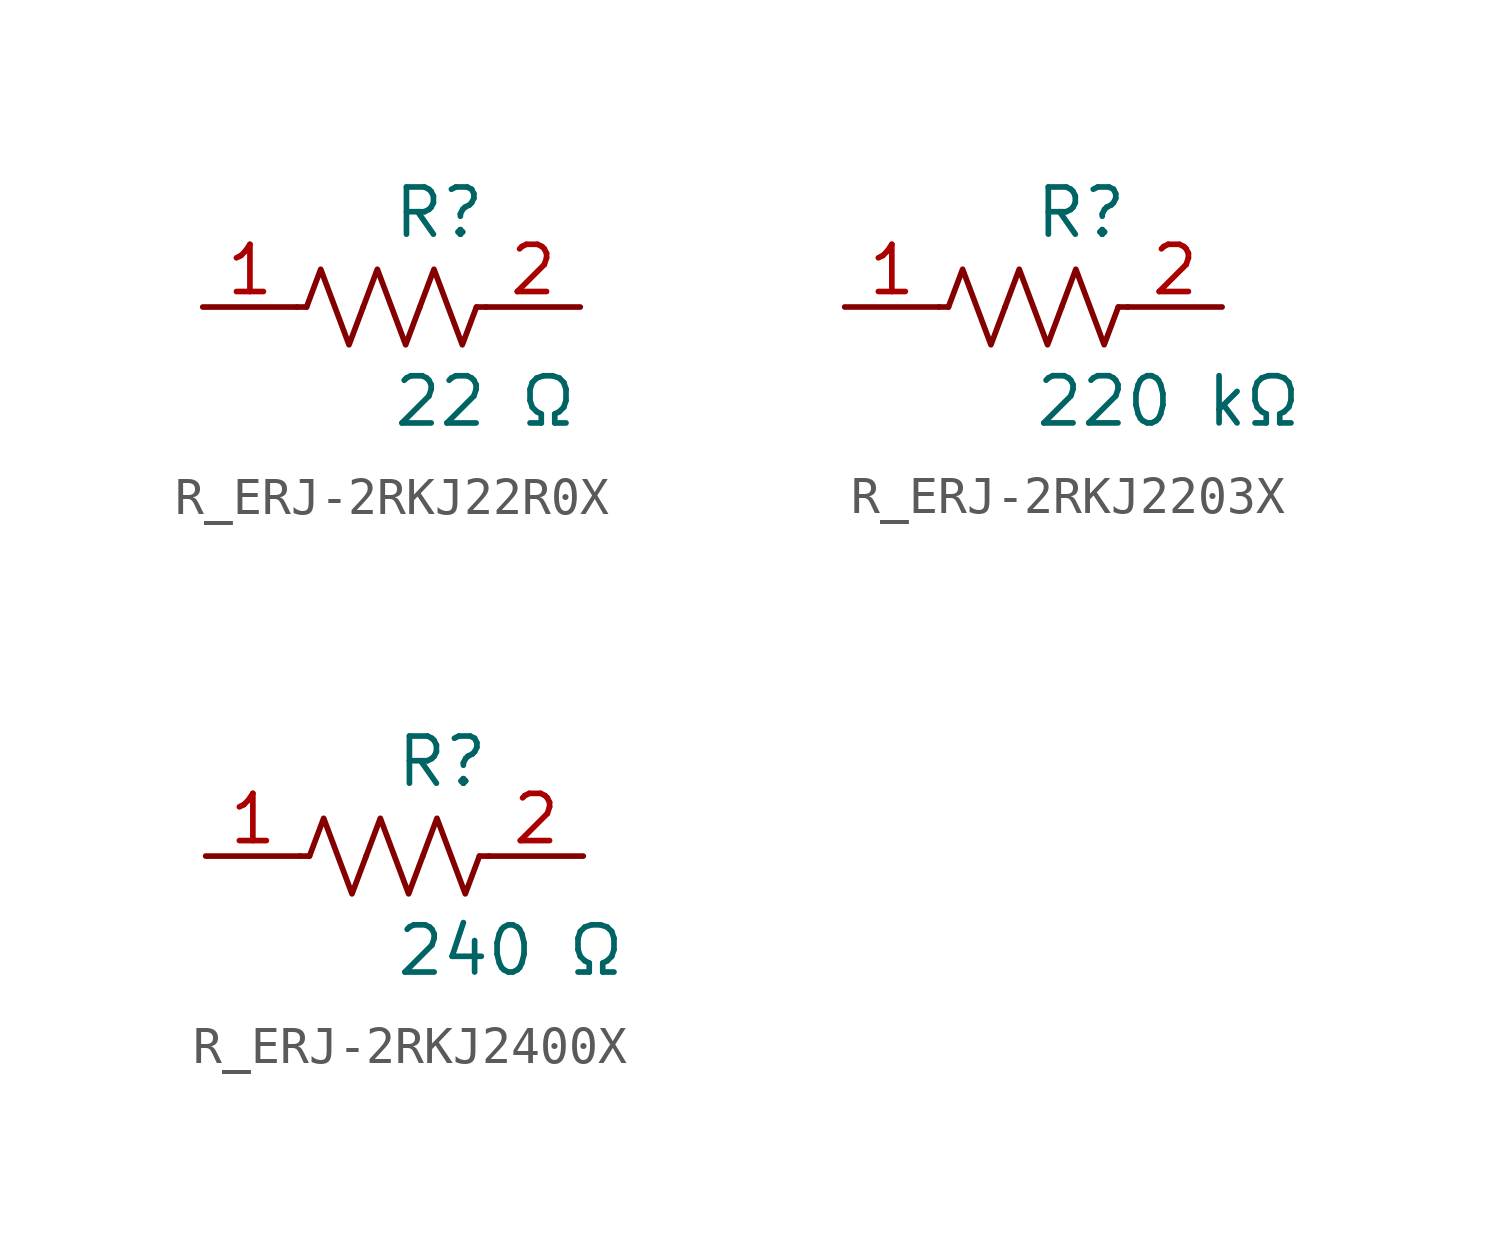
<source format=kicad_sym>
(kicad_symbol_lib
  (version 20231120)
  (generator kicad_symbol_editor)
  (generator_version 8.0)
  (symbol "R_ERJ-2RKJ22R0X"
    (pin_names
      (offset 0.254))
    (property "Reference" "R"
      (at 0 2.54 0)
      (effects (font (size 1.27 1.27)) (justify left)))
    (property "Value" "22 Ω"
      (at 0 -2.54 0)
      (effects (font (size 1.27 1.27)) (justify left)))
    (symbol "R_ERJ-2RKJ22R0X_0_1"
      (polyline (pts (xy 2.286 0) (xy 2.54 0)) (stroke (width 0) (type default)) (fill (type none)))
      (polyline (pts (xy -2.286 0) (xy -2.54 0)) (stroke (width 0) (type default)) (fill (type none)))
      (polyline (pts (xy 0.762 0) (xy 1.143 1.016) (xy 1.524 0) (xy 1.905 -1.016) (xy 2.286 0)) (stroke (width 0) (type default)) (fill (type none)))
      (polyline (pts (xy -0.762 0) (xy -0.381 1.016) (xy 0 0) (xy 0.381 -1.016) (xy 0.762 0)) (stroke (width 0) (type default)) (fill (type none)))
      (polyline (pts (xy -2.286 0) (xy -1.905 1.016) (xy -1.524 0) (xy -1.143 -1.016) (xy -0.762 0)) (stroke (width 0) (type default)) (fill (type none))))
    (pin unspecified line
      (at -5.08 0 0)
      (length 2.54)
      (name "" (effects (font (size 1.27 1.27))))
      (number "1" (effects (font (size 1.27 1.27)))))
    (pin unspecified line
      (at 5.08 0 180)
      (length 2.54)
      (name "" (effects (font (size 1.27 1.27))))
      (number "2" (effects (font (size 1.27 1.27))))))
  (symbol "R_ERJ-2RKJ2203X"
    (pin_names
      (offset 0.254))
    (property "Reference" "R"
      (at 0 2.54 0)
      (effects (font (size 1.27 1.27)) (justify left)))
    (property "Value" "220 kΩ"
      (at 0 -2.54 0)
      (effects (font (size 1.27 1.27)) (justify left)))
    (symbol "R_ERJ-2RKJ2203X_0_1"
      (polyline (pts (xy 2.286 0) (xy 2.54 0)) (stroke (width 0) (type default)) (fill (type none)))
      (polyline (pts (xy -2.286 0) (xy -2.54 0)) (stroke (width 0) (type default)) (fill (type none)))
      (polyline (pts (xy 0.762 0) (xy 1.143 1.016) (xy 1.524 0) (xy 1.905 -1.016) (xy 2.286 0)) (stroke (width 0) (type default)) (fill (type none)))
      (polyline (pts (xy -0.762 0) (xy -0.381 1.016) (xy 0 0) (xy 0.381 -1.016) (xy 0.762 0)) (stroke (width 0) (type default)) (fill (type none)))
      (polyline (pts (xy -2.286 0) (xy -1.905 1.016) (xy -1.524 0) (xy -1.143 -1.016) (xy -0.762 0)) (stroke (width 0) (type default)) (fill (type none))))
    (pin unspecified line
      (at -5.08 0 0)
      (length 2.54)
      (name "" (effects (font (size 1.27 1.27))))
      (number "1" (effects (font (size 1.27 1.27)))))
    (pin unspecified line
      (at 5.08 0 180)
      (length 2.54)
      (name "" (effects (font (size 1.27 1.27))))
      (number "2" (effects (font (size 1.27 1.27))))))
  (symbol "R_ERJ-2RKJ2400X"
    (pin_names
      (offset 0.254))
    (property "Reference" "R"
      (at 0 2.54 0)
      (effects (font (size 1.27 1.27)) (justify left)))
    (property "Value" "240 Ω"
      (at 0 -2.54 0)
      (effects (font (size 1.27 1.27)) (justify left)))
    (symbol "R_ERJ-2RKJ2400X_0_1"
      (polyline (pts (xy 2.286 0) (xy 2.54 0)) (stroke (width 0) (type default)) (fill (type none)))
      (polyline (pts (xy -2.286 0) (xy -2.54 0)) (stroke (width 0) (type default)) (fill (type none)))
      (polyline (pts (xy 0.762 0) (xy 1.143 1.016) (xy 1.524 0) (xy 1.905 -1.016) (xy 2.286 0)) (stroke (width 0) (type default)) (fill (type none)))
      (polyline (pts (xy -0.762 0) (xy -0.381 1.016) (xy 0 0) (xy 0.381 -1.016) (xy 0.762 0)) (stroke (width 0) (type default)) (fill (type none)))
      (polyline (pts (xy -2.286 0) (xy -1.905 1.016) (xy -1.524 0) (xy -1.143 -1.016) (xy -0.762 0)) (stroke (width 0) (type default)) (fill (type none))))
    (pin unspecified line
      (at -5.08 0 0)
      (length 2.54)
      (name "" (effects (font (size 1.27 1.27))))
      (number "1" (effects (font (size 1.27 1.27)))))
    (pin unspecified line
      (at 5.08 0 180)
      (length 2.54)
      (name "" (effects (font (size 1.27 1.27))))
      (number "2" (effects (font (size 1.27 1.27)))))))
</source>
